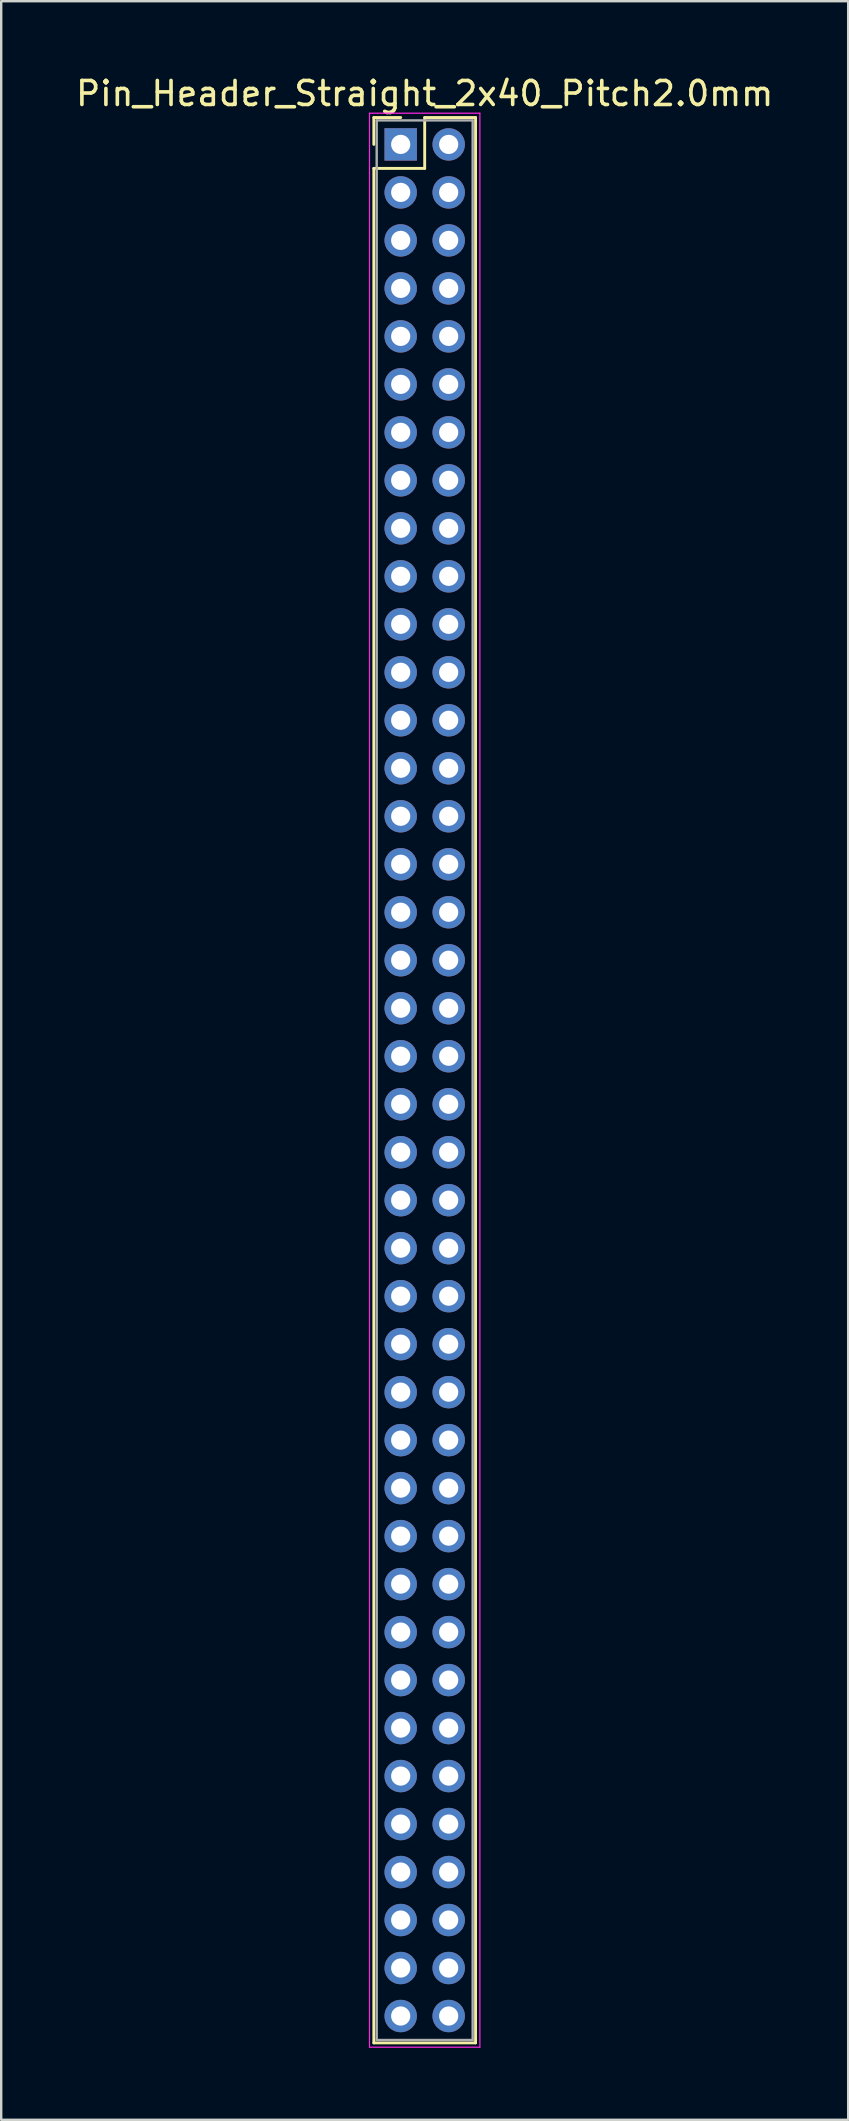
<source format=kicad_pcb>
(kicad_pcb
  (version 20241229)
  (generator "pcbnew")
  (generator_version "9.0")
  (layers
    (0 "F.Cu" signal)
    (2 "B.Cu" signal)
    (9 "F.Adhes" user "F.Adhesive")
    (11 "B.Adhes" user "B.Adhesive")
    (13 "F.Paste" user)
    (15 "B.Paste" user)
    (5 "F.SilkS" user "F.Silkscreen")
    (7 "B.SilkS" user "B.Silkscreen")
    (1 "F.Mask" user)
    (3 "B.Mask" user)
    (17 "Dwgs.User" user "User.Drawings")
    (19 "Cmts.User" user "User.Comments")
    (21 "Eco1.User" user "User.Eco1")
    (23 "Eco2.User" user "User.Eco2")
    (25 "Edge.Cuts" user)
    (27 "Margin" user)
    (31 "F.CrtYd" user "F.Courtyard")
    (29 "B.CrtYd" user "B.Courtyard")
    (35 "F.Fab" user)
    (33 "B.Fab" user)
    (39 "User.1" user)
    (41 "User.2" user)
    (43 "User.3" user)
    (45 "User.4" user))
  (footprint "Pin_Header_Straight_2x40_Pitch2.0mm"
    (layer "F.Cu")
    (at 13.649 2.968)
    (property "Reference" "Pin_Header_Straight_2x40_Pitch2.0mm" (at 1 -2.12 0) (layer "F.SilkS") (effects (font (size 1 1) (thickness 0.15))))
    (attr through_hole)
    (fp_line (start -1.12 -1.12) (end 0 -1.12) (stroke (width 0.12) (type solid)) (layer "F.SilkS"))
    (fp_line (start -1.12 0) (end -1.12 -1.12) (stroke (width 0.12) (type solid)) (layer "F.SilkS"))
    (fp_line (start -1.12 1) (end -1.12 79.12) (stroke (width 0.12) (type solid)) (layer "F.SilkS"))
    (fp_line (start -1.12 79.12) (end 3.12 79.12) (stroke (width 0.12) (type solid)) (layer "F.SilkS"))
    (fp_line (start 1 -1.12) (end 1 1) (stroke (width 0.12) (type solid)) (layer "F.SilkS"))
    (fp_line (start 1 1) (end -1.12 1) (stroke (width 0.12) (type solid)) (layer "F.SilkS"))
    (fp_line (start 3.12 -1.12) (end 1 -1.12) (stroke (width 0.12) (type solid)) (layer "F.SilkS"))
    (fp_line (start 3.12 79.12) (end 3.12 -1.12) (stroke (width 0.12) (type solid)) (layer "F.SilkS"))
    (fp_line (start -1.3 -1.3) (end -1.3 79.3) (stroke (width 0.05) (type solid)) (layer "F.CrtYd"))
    (fp_line (start -1.3 79.3) (end 3.3 79.3) (stroke (width 0.05) (type solid)) (layer "F.CrtYd"))
    (fp_line (start 3.3 -1.3) (end -1.3 -1.3) (stroke (width 0.05) (type solid)) (layer "F.CrtYd"))
    (fp_line (start 3.3 79.3) (end 3.3 -1.3) (stroke (width 0.05) (type solid)) (layer "F.CrtYd"))
    (fp_line (start -1 -1) (end -1 79) (stroke (width 0.1) (type solid)) (layer "F.Fab"))
    (fp_line (start -1 79) (end 3 79) (stroke (width 0.1) (type solid)) (layer "F.Fab"))
    (fp_line (start 3 -1) (end -1 -1) (stroke (width 0.1) (type solid)) (layer "F.Fab"))
    (fp_line (start 3 79) (end 3 -1) (stroke (width 0.1) (type solid)) (layer "F.Fab"))
    (pad "1" thru_hole rect (at 0 0) (size 1.35 1.35) (drill 0.8) (layers "*.Cu" "*.Mask"))
    (pad "2" thru_hole oval (at 2 0) (size 1.35 1.35) (drill 0.8) (layers "*.Cu" "*.Mask"))
    (pad "3" thru_hole oval (at 0 2) (size 1.35 1.35) (drill 0.8) (layers "*.Cu" "*.Mask"))
    (pad "4" thru_hole oval (at 2 2) (size 1.35 1.35) (drill 0.8) (layers "*.Cu" "*.Mask"))
    (pad "5" thru_hole oval (at 0 4) (size 1.35 1.35) (drill 0.8) (layers "*.Cu" "*.Mask"))
    (pad "6" thru_hole oval (at 2 4) (size 1.35 1.35) (drill 0.8) (layers "*.Cu" "*.Mask"))
    (pad "7" thru_hole oval (at 0 6) (size 1.35 1.35) (drill 0.8) (layers "*.Cu" "*.Mask"))
    (pad "8" thru_hole oval (at 2 6) (size 1.35 1.35) (drill 0.8) (layers "*.Cu" "*.Mask"))
    (pad "9" thru_hole oval (at 0 8) (size 1.35 1.35) (drill 0.8) (layers "*.Cu" "*.Mask"))
    (pad "10" thru_hole oval (at 2 8) (size 1.35 1.35) (drill 0.8) (layers "*.Cu" "*.Mask"))
    (pad "11" thru_hole oval (at 0 10) (size 1.35 1.35) (drill 0.8) (layers "*.Cu" "*.Mask"))
    (pad "12" thru_hole oval (at 2 10) (size 1.35 1.35) (drill 0.8) (layers "*.Cu" "*.Mask"))
    (pad "13" thru_hole oval (at 0 12) (size 1.35 1.35) (drill 0.8) (layers "*.Cu" "*.Mask"))
    (pad "14" thru_hole oval (at 2 12) (size 1.35 1.35) (drill 0.8) (layers "*.Cu" "*.Mask"))
    (pad "15" thru_hole oval (at 0 14) (size 1.35 1.35) (drill 0.8) (layers "*.Cu" "*.Mask"))
    (pad "16" thru_hole oval (at 2 14) (size 1.35 1.35) (drill 0.8) (layers "*.Cu" "*.Mask"))
    (pad "17" thru_hole oval (at 0 16) (size 1.35 1.35) (drill 0.8) (layers "*.Cu" "*.Mask"))
    (pad "18" thru_hole oval (at 2 16) (size 1.35 1.35) (drill 0.8) (layers "*.Cu" "*.Mask"))
    (pad "19" thru_hole oval (at 0 18) (size 1.35 1.35) (drill 0.8) (layers "*.Cu" "*.Mask"))
    (pad "20" thru_hole oval (at 2 18) (size 1.35 1.35) (drill 0.8) (layers "*.Cu" "*.Mask"))
    (pad "21" thru_hole oval (at 0 20) (size 1.35 1.35) (drill 0.8) (layers "*.Cu" "*.Mask"))
    (pad "22" thru_hole oval (at 2 20) (size 1.35 1.35) (drill 0.8) (layers "*.Cu" "*.Mask"))
    (pad "23" thru_hole oval (at 0 22) (size 1.35 1.35) (drill 0.8) (layers "*.Cu" "*.Mask"))
    (pad "24" thru_hole oval (at 2 22) (size 1.35 1.35) (drill 0.8) (layers "*.Cu" "*.Mask"))
    (pad "25" thru_hole oval (at 0 24) (size 1.35 1.35) (drill 0.8) (layers "*.Cu" "*.Mask"))
    (pad "26" thru_hole oval (at 2 24) (size 1.35 1.35) (drill 0.8) (layers "*.Cu" "*.Mask"))
    (pad "27" thru_hole oval (at 0 26) (size 1.35 1.35) (drill 0.8) (layers "*.Cu" "*.Mask"))
    (pad "28" thru_hole oval (at 2 26) (size 1.35 1.35) (drill 0.8) (layers "*.Cu" "*.Mask"))
    (pad "29" thru_hole oval (at 0 28) (size 1.35 1.35) (drill 0.8) (layers "*.Cu" "*.Mask"))
    (pad "30" thru_hole oval (at 2 28) (size 1.35 1.35) (drill 0.8) (layers "*.Cu" "*.Mask"))
    (pad "31" thru_hole oval (at 0 30) (size 1.35 1.35) (drill 0.8) (layers "*.Cu" "*.Mask"))
    (pad "32" thru_hole oval (at 2 30) (size 1.35 1.35) (drill 0.8) (layers "*.Cu" "*.Mask"))
    (pad "33" thru_hole oval (at 0 32) (size 1.35 1.35) (drill 0.8) (layers "*.Cu" "*.Mask"))
    (pad "34" thru_hole oval (at 2 32) (size 1.35 1.35) (drill 0.8) (layers "*.Cu" "*.Mask"))
    (pad "35" thru_hole oval (at 0 34) (size 1.35 1.35) (drill 0.8) (layers "*.Cu" "*.Mask"))
    (pad "36" thru_hole oval (at 2 34) (size 1.35 1.35) (drill 0.8) (layers "*.Cu" "*.Mask"))
    (pad "37" thru_hole oval (at 0 36) (size 1.35 1.35) (drill 0.8) (layers "*.Cu" "*.Mask"))
    (pad "38" thru_hole oval (at 2 36) (size 1.35 1.35) (drill 0.8) (layers "*.Cu" "*.Mask"))
    (pad "39" thru_hole oval (at 0 38) (size 1.35 1.35) (drill 0.8) (layers "*.Cu" "*.Mask"))
    (pad "40" thru_hole oval (at 2 38) (size 1.35 1.35) (drill 0.8) (layers "*.Cu" "*.Mask"))
    (pad "41" thru_hole oval (at 0 40) (size 1.35 1.35) (drill 0.8) (layers "*.Cu" "*.Mask"))
    (pad "42" thru_hole oval (at 2 40) (size 1.35 1.35) (drill 0.8) (layers "*.Cu" "*.Mask"))
    (pad "43" thru_hole oval (at 0 42) (size 1.35 1.35) (drill 0.8) (layers "*.Cu" "*.Mask"))
    (pad "44" thru_hole oval (at 2 42) (size 1.35 1.35) (drill 0.8) (layers "*.Cu" "*.Mask"))
    (pad "45" thru_hole oval (at 0 44) (size 1.35 1.35) (drill 0.8) (layers "*.Cu" "*.Mask"))
    (pad "46" thru_hole oval (at 2 44) (size 1.35 1.35) (drill 0.8) (layers "*.Cu" "*.Mask"))
    (pad "47" thru_hole oval (at 0 46) (size 1.35 1.35) (drill 0.8) (layers "*.Cu" "*.Mask"))
    (pad "48" thru_hole oval (at 2 46) (size 1.35 1.35) (drill 0.8) (layers "*.Cu" "*.Mask"))
    (pad "49" thru_hole oval (at 0 48) (size 1.35 1.35) (drill 0.8) (layers "*.Cu" "*.Mask"))
    (pad "50" thru_hole oval (at 2 48) (size 1.35 1.35) (drill 0.8) (layers "*.Cu" "*.Mask"))
    (pad "51" thru_hole oval (at 0 50) (size 1.35 1.35) (drill 0.8) (layers "*.Cu" "*.Mask"))
    (pad "52" thru_hole oval (at 2 50) (size 1.35 1.35) (drill 0.8) (layers "*.Cu" "*.Mask"))
    (pad "53" thru_hole oval (at 0 52) (size 1.35 1.35) (drill 0.8) (layers "*.Cu" "*.Mask"))
    (pad "54" thru_hole oval (at 2 52) (size 1.35 1.35) (drill 0.8) (layers "*.Cu" "*.Mask"))
    (pad "55" thru_hole oval (at 0 54) (size 1.35 1.35) (drill 0.8) (layers "*.Cu" "*.Mask"))
    (pad "56" thru_hole oval (at 2 54) (size 1.35 1.35) (drill 0.8) (layers "*.Cu" "*.Mask"))
    (pad "57" thru_hole oval (at 0 56) (size 1.35 1.35) (drill 0.8) (layers "*.Cu" "*.Mask"))
    (pad "58" thru_hole oval (at 2 56) (size 1.35 1.35) (drill 0.8) (layers "*.Cu" "*.Mask"))
    (pad "59" thru_hole oval (at 0 58) (size 1.35 1.35) (drill 0.8) (layers "*.Cu" "*.Mask"))
    (pad "60" thru_hole oval (at 2 58) (size 1.35 1.35) (drill 0.8) (layers "*.Cu" "*.Mask"))
    (pad "61" thru_hole oval (at 0 60) (size 1.35 1.35) (drill 0.8) (layers "*.Cu" "*.Mask"))
    (pad "62" thru_hole oval (at 2 60) (size 1.35 1.35) (drill 0.8) (layers "*.Cu" "*.Mask"))
    (pad "63" thru_hole oval (at 0 62) (size 1.35 1.35) (drill 0.8) (layers "*.Cu" "*.Mask"))
    (pad "64" thru_hole oval (at 2 62) (size 1.35 1.35) (drill 0.8) (layers "*.Cu" "*.Mask"))
    (pad "65" thru_hole oval (at 0 64) (size 1.35 1.35) (drill 0.8) (layers "*.Cu" "*.Mask"))
    (pad "66" thru_hole oval (at 2 64) (size 1.35 1.35) (drill 0.8) (layers "*.Cu" "*.Mask"))
    (pad "67" thru_hole oval (at 0 66) (size 1.35 1.35) (drill 0.8) (layers "*.Cu" "*.Mask"))
    (pad "68" thru_hole oval (at 2 66) (size 1.35 1.35) (drill 0.8) (layers "*.Cu" "*.Mask"))
    (pad "69" thru_hole oval (at 0 68) (size 1.35 1.35) (drill 0.8) (layers "*.Cu" "*.Mask"))
    (pad "70" thru_hole oval (at 2 68) (size 1.35 1.35) (drill 0.8) (layers "*.Cu" "*.Mask"))
    (pad "71" thru_hole oval (at 0 70) (size 1.35 1.35) (drill 0.8) (layers "*.Cu" "*.Mask"))
    (pad "72" thru_hole oval (at 2 70) (size 1.35 1.35) (drill 0.8) (layers "*.Cu" "*.Mask"))
    (pad "73" thru_hole oval (at 0 72) (size 1.35 1.35) (drill 0.8) (layers "*.Cu" "*.Mask"))
    (pad "74" thru_hole oval (at 2 72) (size 1.35 1.35) (drill 0.8) (layers "*.Cu" "*.Mask"))
    (pad "75" thru_hole oval (at 0 74) (size 1.35 1.35) (drill 0.8) (layers "*.Cu" "*.Mask"))
    (pad "76" thru_hole oval (at 2 74) (size 1.35 1.35) (drill 0.8) (layers "*.Cu" "*.Mask"))
    (pad "77" thru_hole oval (at 0 76) (size 1.35 1.35) (drill 0.8) (layers "*.Cu" "*.Mask"))
    (pad "78" thru_hole oval (at 2 76) (size 1.35 1.35) (drill 0.8) (layers "*.Cu" "*.Mask"))
    (pad "79" thru_hole oval (at 0 78) (size 1.35 1.35) (drill 0.8) (layers "*.Cu" "*.Mask"))
    (pad "80" thru_hole oval (at 2 78) (size 1.35 1.35) (drill 0.8) (layers "*.Cu" "*.Mask")))
  (gr_rect
    (start -3 -3)
    (end 32.298 85.293)
    (stroke (width 0.1) (type default))
    (fill no)
    (layer "Edge.Cuts")))
</source>
